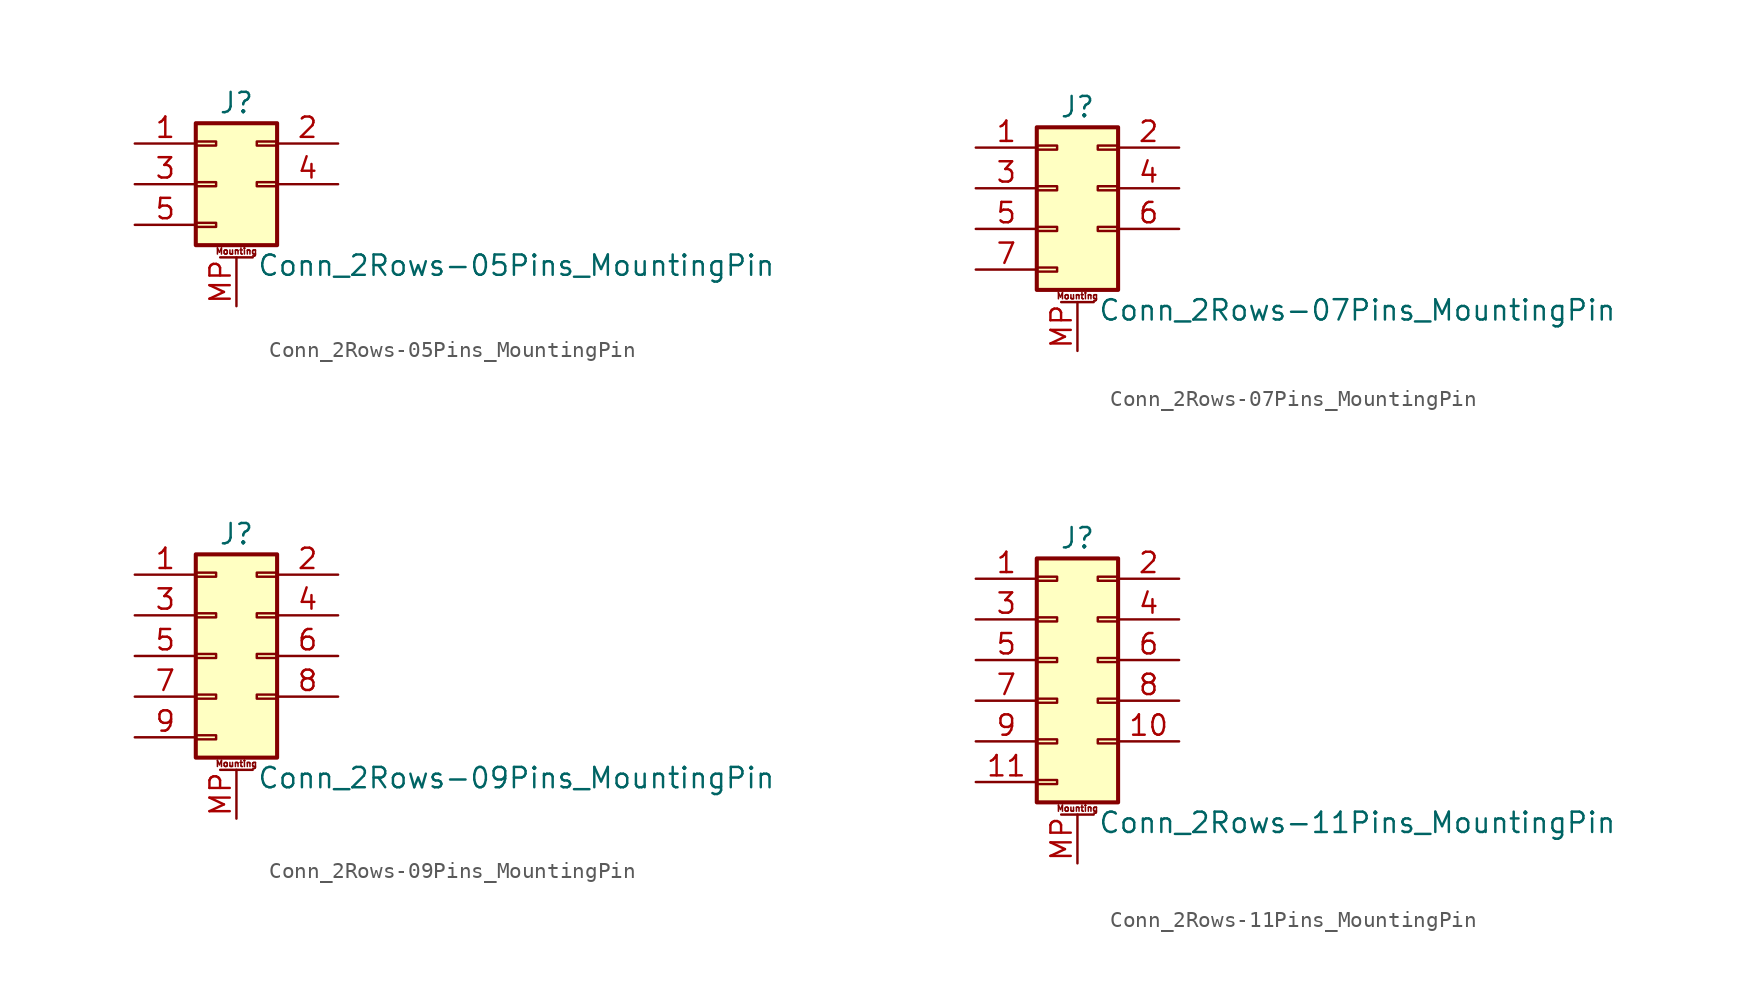
<source format=kicad_sym>
(kicad_symbol_lib
  (version 20220914)
  (generator kicad_symbol_editor)
  (symbol "Conn_2Rows-05Pins_MountingPin"
    (pin_names
      (offset 1.016) hide)
    (property "Reference" "J"
      (at 1.27 5.08 0)
      (effects (font (size 1.27 1.27))))
    (property "Value" "Conn_2Rows-05Pins_MountingPin"
      (at 2.54 -5.08 0)
      (effects (font (size 1.27 1.27)) (justify left)))
    (symbol "Conn_2Rows-05Pins_MountingPin_1_1"
      (rectangle (start -1.27 -2.413) (end 0 -2.667) (stroke (width 0.152) (type default)) (fill (type none)))
      (rectangle (start -1.27 0.127) (end 0 -0.127) (stroke (width 0.152) (type default)) (fill (type none)))
      (rectangle (start -1.27 2.667) (end 0 2.413) (stroke (width 0.152) (type default)) (fill (type none)))
      (rectangle (start -1.27 3.81) (end 3.81 -3.81) (stroke (width 0.254) (type default)) (fill (type background)))
      (polyline (pts (xy 0.254 -4.572) (xy 2.286 -4.572)) (stroke (width 0.152) (type default)) (fill (type none)))
      (rectangle (start 3.81 0.127) (end 2.54 -0.127) (stroke (width 0.152) (type default)) (fill (type none)))
      (rectangle (start 3.81 2.667) (end 2.54 2.413) (stroke (width 0.152) (type default)) (fill (type none)))
      (text "Mounting" (at 1.27 -4.191 0) (effects (font (size 0.381 0.381))))
      (pin passive line (at -5.08 2.54 0) (length 3.81) (name "Pin_1" (effects (font (size 1.27 1.27)))) (number "1" (effects (font (size 1.27 1.27)))))
      (pin passive line (at 7.62 2.54 180) (length 3.81) (name "Pin_2" (effects (font (size 1.27 1.27)))) (number "2" (effects (font (size 1.27 1.27)))))
      (pin passive line (at -5.08 0 0) (length 3.81) (name "Pin_3" (effects (font (size 1.27 1.27)))) (number "3" (effects (font (size 1.27 1.27)))))
      (pin passive line (at 7.62 0 180) (length 3.81) (name "Pin_4" (effects (font (size 1.27 1.27)))) (number "4" (effects (font (size 1.27 1.27)))))
      (pin passive line (at -5.08 -2.54 0) (length 3.81) (name "Pin_5" (effects (font (size 1.27 1.27)))) (number "5" (effects (font (size 1.27 1.27)))))
      (pin passive line (at 1.27 -7.62 90) (length 3.048) (name "MountPin" (effects (font (size 1.27 1.27)))) (number "MP" (effects (font (size 1.27 1.27)))))))
  (symbol "Conn_2Rows-07Pins_MountingPin"
    (pin_names
      (offset 1.016) hide)
    (property "Reference" "J"
      (at 1.27 5.08 0)
      (effects (font (size 1.27 1.27))))
    (property "Value" "Conn_2Rows-07Pins_MountingPin"
      (at 2.54 -7.62 0)
      (effects (font (size 1.27 1.27)) (justify left)))
    (symbol "Conn_2Rows-07Pins_MountingPin_1_1"
      (rectangle (start -1.27 -4.953) (end 0 -5.207) (stroke (width 0.152) (type default)) (fill (type none)))
      (rectangle (start -1.27 -2.413) (end 0 -2.667) (stroke (width 0.152) (type default)) (fill (type none)))
      (rectangle (start -1.27 0.127) (end 0 -0.127) (stroke (width 0.152) (type default)) (fill (type none)))
      (rectangle (start -1.27 2.667) (end 0 2.413) (stroke (width 0.152) (type default)) (fill (type none)))
      (rectangle (start -1.27 3.81) (end 3.81 -6.35) (stroke (width 0.254) (type default)) (fill (type background)))
      (polyline (pts (xy 0.254 -7.112) (xy 2.286 -7.112)) (stroke (width 0.152) (type default)) (fill (type none)))
      (rectangle (start 3.81 -2.413) (end 2.54 -2.667) (stroke (width 0.152) (type default)) (fill (type none)))
      (rectangle (start 3.81 0.127) (end 2.54 -0.127) (stroke (width 0.152) (type default)) (fill (type none)))
      (rectangle (start 3.81 2.667) (end 2.54 2.413) (stroke (width 0.152) (type default)) (fill (type none)))
      (text "Mounting" (at 1.27 -6.731 0) (effects (font (size 0.381 0.381))))
      (pin passive line (at -5.08 2.54 0) (length 3.81) (name "Pin_1" (effects (font (size 1.27 1.27)))) (number "1" (effects (font (size 1.27 1.27)))))
      (pin passive line (at 7.62 2.54 180) (length 3.81) (name "Pin_2" (effects (font (size 1.27 1.27)))) (number "2" (effects (font (size 1.27 1.27)))))
      (pin passive line (at -5.08 0 0) (length 3.81) (name "Pin_3" (effects (font (size 1.27 1.27)))) (number "3" (effects (font (size 1.27 1.27)))))
      (pin passive line (at 7.62 0 180) (length 3.81) (name "Pin_4" (effects (font (size 1.27 1.27)))) (number "4" (effects (font (size 1.27 1.27)))))
      (pin passive line (at -5.08 -2.54 0) (length 3.81) (name "Pin_5" (effects (font (size 1.27 1.27)))) (number "5" (effects (font (size 1.27 1.27)))))
      (pin passive line (at 7.62 -2.54 180) (length 3.81) (name "Pin_6" (effects (font (size 1.27 1.27)))) (number "6" (effects (font (size 1.27 1.27)))))
      (pin passive line (at -5.08 -5.08 0) (length 3.81) (name "Pin_7" (effects (font (size 1.27 1.27)))) (number "7" (effects (font (size 1.27 1.27)))))
      (pin passive line (at 1.27 -10.16 90) (length 3.048) (name "MountPin" (effects (font (size 1.27 1.27)))) (number "MP" (effects (font (size 1.27 1.27)))))))
  (symbol "Conn_2Rows-09Pins_MountingPin"
    (pin_names
      (offset 1.016) hide)
    (property "Reference" "J"
      (at 1.27 7.62 0)
      (effects (font (size 1.27 1.27))))
    (property "Value" "Conn_2Rows-09Pins_MountingPin"
      (at 2.54 -7.62 0)
      (effects (font (size 1.27 1.27)) (justify left)))
    (symbol "Conn_2Rows-09Pins_MountingPin_1_1"
      (rectangle (start -1.27 -4.953) (end 0 -5.207) (stroke (width 0.152) (type default)) (fill (type none)))
      (rectangle (start -1.27 -2.413) (end 0 -2.667) (stroke (width 0.152) (type default)) (fill (type none)))
      (rectangle (start -1.27 0.127) (end 0 -0.127) (stroke (width 0.152) (type default)) (fill (type none)))
      (rectangle (start -1.27 2.667) (end 0 2.413) (stroke (width 0.152) (type default)) (fill (type none)))
      (rectangle (start -1.27 5.207) (end 0 4.953) (stroke (width 0.152) (type default)) (fill (type none)))
      (rectangle (start -1.27 6.35) (end 3.81 -6.35) (stroke (width 0.254) (type default)) (fill (type background)))
      (polyline (pts (xy 0.254 -7.112) (xy 2.286 -7.112)) (stroke (width 0.152) (type default)) (fill (type none)))
      (rectangle (start 3.81 -2.413) (end 2.54 -2.667) (stroke (width 0.152) (type default)) (fill (type none)))
      (rectangle (start 3.81 0.127) (end 2.54 -0.127) (stroke (width 0.152) (type default)) (fill (type none)))
      (rectangle (start 3.81 2.667) (end 2.54 2.413) (stroke (width 0.152) (type default)) (fill (type none)))
      (rectangle (start 3.81 5.207) (end 2.54 4.953) (stroke (width 0.152) (type default)) (fill (type none)))
      (text "Mounting" (at 1.27 -6.731 0) (effects (font (size 0.381 0.381))))
      (pin passive line (at -5.08 5.08 0) (length 3.81) (name "Pin_1" (effects (font (size 1.27 1.27)))) (number "1" (effects (font (size 1.27 1.27)))))
      (pin passive line (at 7.62 5.08 180) (length 3.81) (name "Pin_2" (effects (font (size 1.27 1.27)))) (number "2" (effects (font (size 1.27 1.27)))))
      (pin passive line (at -5.08 2.54 0) (length 3.81) (name "Pin_3" (effects (font (size 1.27 1.27)))) (number "3" (effects (font (size 1.27 1.27)))))
      (pin passive line (at 7.62 2.54 180) (length 3.81) (name "Pin_4" (effects (font (size 1.27 1.27)))) (number "4" (effects (font (size 1.27 1.27)))))
      (pin passive line (at -5.08 0 0) (length 3.81) (name "Pin_5" (effects (font (size 1.27 1.27)))) (number "5" (effects (font (size 1.27 1.27)))))
      (pin passive line (at 7.62 0 180) (length 3.81) (name "Pin_6" (effects (font (size 1.27 1.27)))) (number "6" (effects (font (size 1.27 1.27)))))
      (pin passive line (at -5.08 -2.54 0) (length 3.81) (name "Pin_7" (effects (font (size 1.27 1.27)))) (number "7" (effects (font (size 1.27 1.27)))))
      (pin passive line (at 7.62 -2.54 180) (length 3.81) (name "Pin_8" (effects (font (size 1.27 1.27)))) (number "8" (effects (font (size 1.27 1.27)))))
      (pin passive line (at -5.08 -5.08 0) (length 3.81) (name "Pin_9" (effects (font (size 1.27 1.27)))) (number "9" (effects (font (size 1.27 1.27)))))
      (pin passive line (at 1.27 -10.16 90) (length 3.048) (name "MountPin" (effects (font (size 1.27 1.27)))) (number "MP" (effects (font (size 1.27 1.27)))))))
  (symbol "Conn_2Rows-11Pins_MountingPin"
    (pin_names
      (offset 1.016) hide)
    (property "Reference" "J"
      (at 1.27 7.62 0)
      (effects (font (size 1.27 1.27))))
    (property "Value" "Conn_2Rows-11Pins_MountingPin"
      (at 2.54 -10.16 0)
      (effects (font (size 1.27 1.27)) (justify left)))
    (symbol "Conn_2Rows-11Pins_MountingPin_1_1"
      (rectangle (start -1.27 -7.493) (end 0 -7.747) (stroke (width 0.152) (type default)) (fill (type none)))
      (rectangle (start -1.27 -4.953) (end 0 -5.207) (stroke (width 0.152) (type default)) (fill (type none)))
      (rectangle (start -1.27 -2.413) (end 0 -2.667) (stroke (width 0.152) (type default)) (fill (type none)))
      (rectangle (start -1.27 0.127) (end 0 -0.127) (stroke (width 0.152) (type default)) (fill (type none)))
      (rectangle (start -1.27 2.667) (end 0 2.413) (stroke (width 0.152) (type default)) (fill (type none)))
      (rectangle (start -1.27 5.207) (end 0 4.953) (stroke (width 0.152) (type default)) (fill (type none)))
      (rectangle (start -1.27 6.35) (end 3.81 -8.89) (stroke (width 0.254) (type default)) (fill (type background)))
      (polyline (pts (xy 0.254 -9.652) (xy 2.286 -9.652)) (stroke (width 0.152) (type default)) (fill (type none)))
      (rectangle (start 3.81 -4.953) (end 2.54 -5.207) (stroke (width 0.152) (type default)) (fill (type none)))
      (rectangle (start 3.81 -2.413) (end 2.54 -2.667) (stroke (width 0.152) (type default)) (fill (type none)))
      (rectangle (start 3.81 0.127) (end 2.54 -0.127) (stroke (width 0.152) (type default)) (fill (type none)))
      (rectangle (start 3.81 2.667) (end 2.54 2.413) (stroke (width 0.152) (type default)) (fill (type none)))
      (rectangle (start 3.81 5.207) (end 2.54 4.953) (stroke (width 0.152) (type default)) (fill (type none)))
      (text "Mounting" (at 1.27 -9.271 0) (effects (font (size 0.381 0.381))))
      (pin passive line (at -5.08 5.08 0) (length 3.81) (name "Pin_1" (effects (font (size 1.27 1.27)))) (number "1" (effects (font (size 1.27 1.27)))))
      (pin passive line (at 7.62 -5.08 180) (length 3.81) (name "Pin_10" (effects (font (size 1.27 1.27)))) (number "10" (effects (font (size 1.27 1.27)))))
      (pin passive line (at -5.08 -7.62 0) (length 3.81) (name "Pin_11" (effects (font (size 1.27 1.27)))) (number "11" (effects (font (size 1.27 1.27)))))
      (pin passive line (at 7.62 5.08 180) (length 3.81) (name "Pin_2" (effects (font (size 1.27 1.27)))) (number "2" (effects (font (size 1.27 1.27)))))
      (pin passive line (at -5.08 2.54 0) (length 3.81) (name "Pin_3" (effects (font (size 1.27 1.27)))) (number "3" (effects (font (size 1.27 1.27)))))
      (pin passive line (at 7.62 2.54 180) (length 3.81) (name "Pin_4" (effects (font (size 1.27 1.27)))) (number "4" (effects (font (size 1.27 1.27)))))
      (pin passive line (at -5.08 0 0) (length 3.81) (name "Pin_5" (effects (font (size 1.27 1.27)))) (number "5" (effects (font (size 1.27 1.27)))))
      (pin passive line (at 7.62 0 180) (length 3.81) (name "Pin_6" (effects (font (size 1.27 1.27)))) (number "6" (effects (font (size 1.27 1.27)))))
      (pin passive line (at -5.08 -2.54 0) (length 3.81) (name "Pin_7" (effects (font (size 1.27 1.27)))) (number "7" (effects (font (size 1.27 1.27)))))
      (pin passive line (at 7.62 -2.54 180) (length 3.81) (name "Pin_8" (effects (font (size 1.27 1.27)))) (number "8" (effects (font (size 1.27 1.27)))))
      (pin passive line (at -5.08 -5.08 0) (length 3.81) (name "Pin_9" (effects (font (size 1.27 1.27)))) (number "9" (effects (font (size 1.27 1.27)))))
      (pin passive line (at 1.27 -12.7 90) (length 3.048) (name "MountPin" (effects (font (size 1.27 1.27)))) (number "MP" (effects (font (size 1.27 1.27))))))))
</source>
